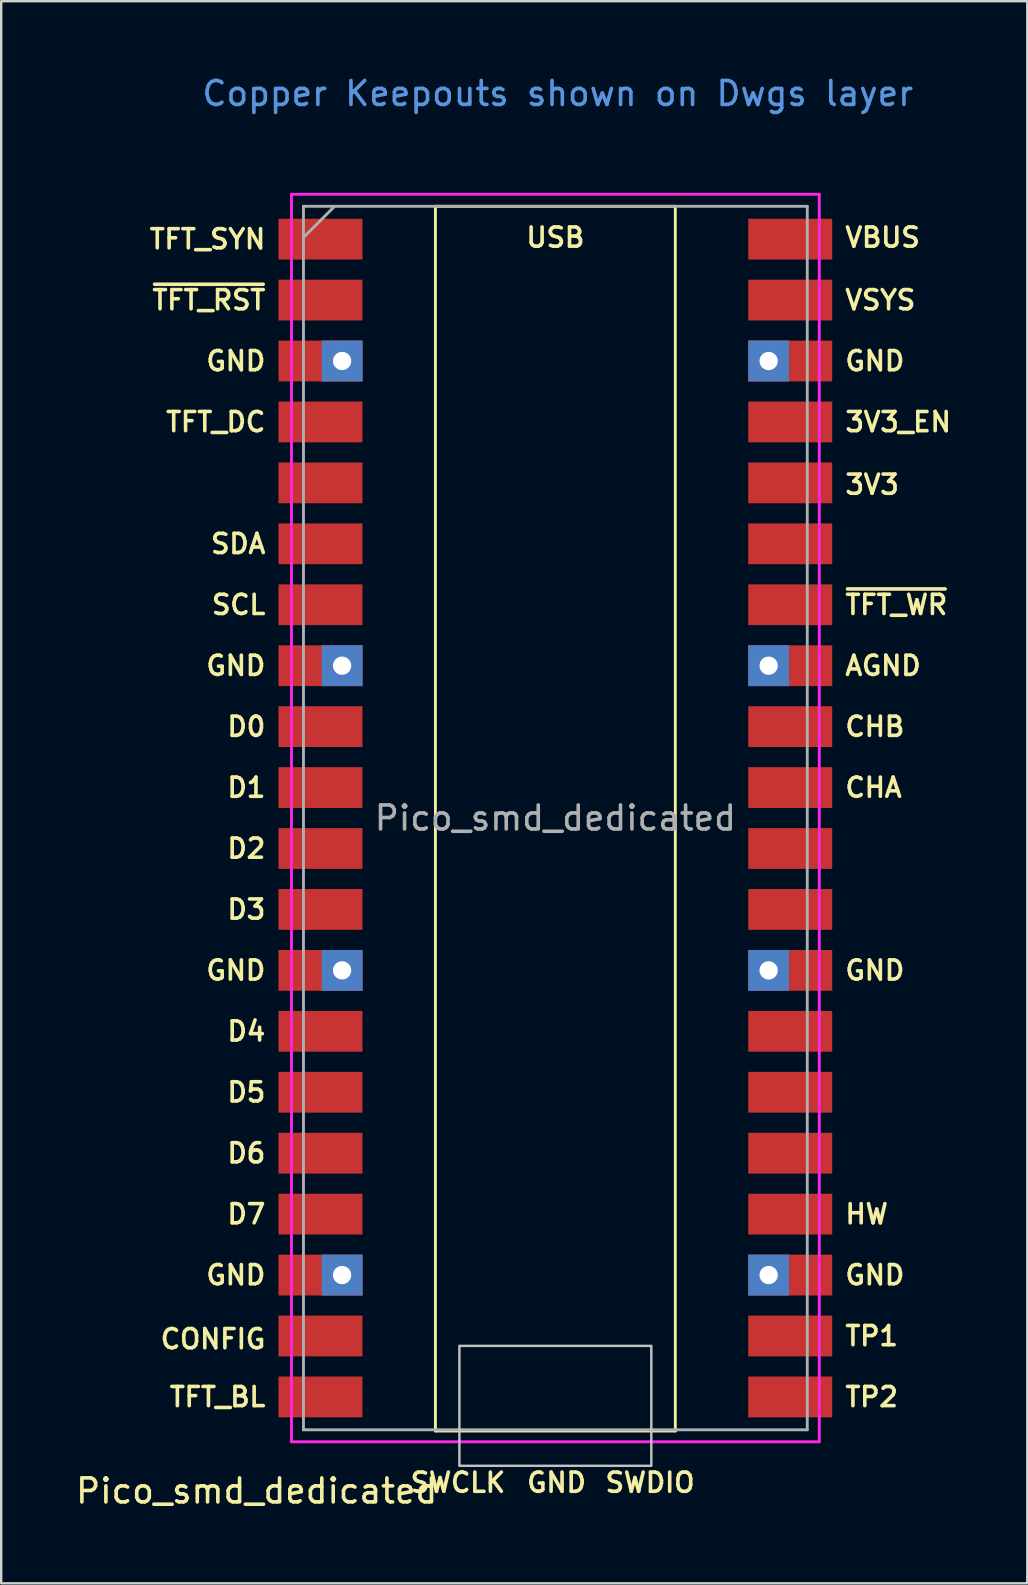
<source format=kicad_pcb>
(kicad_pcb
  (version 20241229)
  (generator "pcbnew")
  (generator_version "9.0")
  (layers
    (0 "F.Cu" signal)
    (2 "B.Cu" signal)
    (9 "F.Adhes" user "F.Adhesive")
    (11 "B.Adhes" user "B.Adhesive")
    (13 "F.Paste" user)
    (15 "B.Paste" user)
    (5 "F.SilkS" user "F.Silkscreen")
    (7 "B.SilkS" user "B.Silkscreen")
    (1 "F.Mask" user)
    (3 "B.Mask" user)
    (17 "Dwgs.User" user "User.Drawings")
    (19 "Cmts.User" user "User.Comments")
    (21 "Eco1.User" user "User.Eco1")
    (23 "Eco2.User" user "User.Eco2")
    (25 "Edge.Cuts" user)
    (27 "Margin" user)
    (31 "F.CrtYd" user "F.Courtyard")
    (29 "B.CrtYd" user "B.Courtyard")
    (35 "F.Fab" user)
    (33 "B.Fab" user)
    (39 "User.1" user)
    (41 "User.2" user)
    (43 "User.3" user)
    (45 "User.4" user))
  (footprint "Pico_smd_dedicated"
    (layer "F.Cu")
    (at 20.099 31.048)
    (property "Reference" "Pico_smd_dedicated" (at -12.45 28.05 0) (layer "F.SilkS") (effects (font (size 1 1) (thickness 0.15))))
    (attr through_hole)
    (fp_line (start -5 -25.5) (end -5 25.55) (stroke (width 0.12) (type solid)) (layer "F.SilkS"))
    (fp_line (start -5 -25.5) (end 5 -25.5) (stroke (width 0.12) (type solid)) (layer "F.SilkS"))
    (fp_line (start -5 25.55) (end 5 25.55) (stroke (width 0.12) (type solid)) (layer "F.SilkS"))
    (fp_line (start 5 25.55) (end 5 -25.5) (stroke (width 0.12) (type solid)) (layer "F.SilkS"))
    (fp_poly (pts (xy 4 27) (xy -4 27) (xy -4 22) (xy 4 22)) (stroke (width 0.1) (type solid)) (fill no) (layer "Dwgs.User"))
    (fp_line (start -11 -26) (end 11 -26) (stroke (width 0.12) (type solid)) (layer "F.CrtYd"))
    (fp_line (start -11 26) (end -11 -26) (stroke (width 0.12) (type solid)) (layer "F.CrtYd"))
    (fp_line (start 11 -26) (end 11 26) (stroke (width 0.12) (type solid)) (layer "F.CrtYd"))
    (fp_line (start 11 26) (end -11 26) (stroke (width 0.12) (type solid)) (layer "F.CrtYd"))
    (fp_line (start -10.5 -25.5) (end 10.5 -25.5) (stroke (width 0.12) (type solid)) (layer "F.Fab"))
    (fp_line (start -10.5 -24.2) (end -9.2 -25.5) (stroke (width 0.12) (type solid)) (layer "F.Fab"))
    (fp_line (start -10.5 25.5) (end -10.5 -25.5) (stroke (width 0.12) (type solid)) (layer "F.Fab"))
    (fp_line (start 10.5 -25.5) (end 10.5 25.5) (stroke (width 0.12) (type solid)) (layer "F.Fab"))
    (fp_line (start 10.5 25.5) (end -10.5 25.5) (stroke (width 0.12) (type solid)) (layer "F.Fab"))
    (fp_text user "D3" (at -12 3.81 0) (layer "F.SilkS") (effects (font (size 0.8 0.8) (thickness 0.15)) (justify right)))
    (fp_text user "GND" (at -12 -6.35 0) (layer "F.SilkS") (effects (font (size 0.8 0.8) (thickness 0.15)) (justify right)))
    (fp_text user "GND" (at -12 6.35 0) (layer "F.SilkS") (effects (font (size 0.8 0.8) (thickness 0.15)) (justify right)))
    (fp_text user "D2" (at -12 1.27 0) (layer "F.SilkS") (effects (font (size 0.8 0.8) (thickness 0.15)) (justify right)))
    (fp_text user "3V3" (at 12 -13.9 0) (layer "F.SilkS") (effects (font (size 0.8 0.8) (thickness 0.15)) (justify left)))
    (fp_text user "CHB" (at 12 -3.81 0) (layer "F.SilkS") (effects (font (size 0.8 0.8) (thickness 0.15)) (justify left)))
    (fp_text user "D6" (at -12 13.97 0) (layer "F.SilkS") (effects (font (size 0.8 0.8) (thickness 0.15)) (justify right)))
    (fp_text user "CONFIG" (at -12 21.717 0) (layer "F.SilkS") (effects (font (size 0.8 0.8) (thickness 0.15)) (justify right)))
    (fp_text user "GND" (at -12 -19.05 0) (layer "F.SilkS") (effects (font (size 0.8 0.8) (thickness 0.15)) (justify right)))
    (fp_text user "GND" (at 0.05 27.7 0) (layer "F.SilkS") (effects (font (size 0.8 0.8) (thickness 0.15))))
    (fp_text user "D5" (at -12 11.43 0) (layer "F.SilkS") (effects (font (size 0.8 0.8) (thickness 0.15)) (justify right)))
    (fp_text user "SCL" (at -12 -8.89 0) (layer "F.SilkS") (effects (font (size 0.8 0.8) (thickness 0.15)) (justify right)))
    (fp_text user "HW" (at 12 16.51 0) (layer "F.SilkS") (effects (font (size 0.8 0.8) (thickness 0.15)) (justify left)))
    (fp_text user "SDA" (at -12 -11.43 0) (layer "F.SilkS") (effects (font (size 0.8 0.8) (thickness 0.15)) (justify right)))
    (fp_text user "SWDIO" (at 2 27.7 0) (layer "F.SilkS") (effects (font (size 0.8 0.8) (thickness 0.15)) (justify left)))
    (fp_text user "D0" (at -12 -3.81 0) (layer "F.SilkS") (effects (font (size 0.8 0.8) (thickness 0.15)) (justify right)))
    (fp_text user "VSYS" (at 12 -21.59 0) (layer "F.SilkS") (effects (font (size 0.8 0.8) (thickness 0.15)) (justify left)))
    (fp_text user "D1" (at -12 -1.27 0) (layer "F.SilkS") (effects (font (size 0.8 0.8) (thickness 0.15)) (justify right)))
    (fp_text user "TFT_DC" (at -12 -16.51 0) (layer "F.SilkS") (effects (font (size 0.8 0.8) (thickness 0.15)) (justify right)))
    (fp_text user "D4" (at -12 8.89 0) (layer "F.SilkS") (effects (font (size 0.8 0.8) (thickness 0.15)) (justify right)))
    (fp_text user "GND" (at -12 19.05 0) (layer "F.SilkS") (effects (font (size 0.8 0.8) (thickness 0.15)) (justify right)))
    (fp_text user "GND" (at 12 19.05 0) (layer "F.SilkS") (effects (font (size 0.8 0.8) (thickness 0.15)) (justify left)))
    (fp_text user "TP1" (at 12 21.59 0) (layer "F.SilkS") (effects (font (size 0.8 0.8) (thickness 0.15)) (justify left)))
    (fp_text user "VBUS" (at 12 -24.2 0) (layer "F.SilkS") (effects (font (size 0.8 0.8) (thickness 0.15)) (justify left)))
    (fp_text user "TFT_SYN" (at -12 -24.13 0) (layer "F.SilkS") (effects (font (size 0.8 0.8) (thickness 0.15)) (justify right)))
    (fp_text user "TFT_BL" (at -12 24.13 0) (layer "F.SilkS") (effects (font (size 0.8 0.8) (thickness 0.15)) (justify right)))
    (fp_text user "SWCLK" (at -2 27.7 0) (layer "F.SilkS") (effects (font (size 0.8 0.8) (thickness 0.15)) (justify right)))
    (fp_text user "3V3_EN" (at 12 -16.51 0) (layer "F.SilkS") (effects (font (size 0.8 0.8) (thickness 0.15)) (justify left)))
    (fp_text user "GND" (at 12 -19.05 0) (layer "F.SilkS") (effects (font (size 0.8 0.8) (thickness 0.15)) (justify left)))
    (fp_text user "~{TFT_RST}" (at -12 -21.59 0) (layer "F.SilkS") (effects (font (size 0.8 0.8) (thickness 0.15)) (justify right)))
    (fp_text user "D7" (at -12 16.51 0) (layer "F.SilkS") (effects (font (size 0.8 0.8) (thickness 0.15)) (justify right)))
    (fp_text user "GND" (at 12 6.35 0) (layer "F.SilkS") (effects (font (size 0.8 0.8) (thickness 0.15)) (justify left)))
    (fp_text user "~{TFT_WR}" (at 12 -8.89 0) (layer "F.SilkS") (effects (font (size 0.8 0.8) (thickness 0.15)) (justify left)))
    (fp_text user "AGND" (at 12 -6.35 0) (layer "F.SilkS") (effects (font (size 0.8 0.8) (thickness 0.15)) (justify left)))
    (fp_text user "USB" (at 0 -24.2 0) (layer "F.SilkS") (effects (font (size 0.8 0.8) (thickness 0.15))))
    (fp_text user "TP2" (at 12 24.13 0) (layer "F.SilkS") (effects (font (size 0.8 0.8) (thickness 0.15)) (justify left)))
    (fp_text user "CHA" (at 12 -1.27 0) (layer "F.SilkS") (effects (font (size 0.8 0.8) (thickness 0.15)) (justify left)))
    (fp_text user "Copper Keepouts shown on Dwgs layer" (at 0.1 -30.2 0) (layer "Cmts.User") (effects (font (size 1 1) (thickness 0.15))))
    (fp_text user "${REFERENCE}" (at 0 0 180) (layer "F.Fab") (effects (font (size 1 1) (thickness 0.15))))
    (pad "1" smd rect (at -8.89 -24.13) (size 3.5 1.7) (drill (offset -0.9 0)) (layers "F.Cu" "F.Mask" "F.Paste"))
    (pad "2" smd rect (at -8.89 -21.59) (size 3.5 1.7) (drill (offset -0.9 0)) (layers "F.Cu" "F.Mask" "F.Paste"))
    (pad "3" thru_hole rect (at -8.89 -19.05) (size 1.7 1.7) (drill 0.762) (layers "*.Cu" "F.Mask"))
    (pad "3" smd rect (at -8.89 -19.05) (size 3.5 1.7) (drill (offset -0.9 0)) (layers "F.Cu" "F.Mask" "F.Paste"))
    (pad "4" smd rect (at -8.89 -16.51) (size 3.5 1.7) (drill (offset -0.9 0)) (layers "F.Cu" "F.Mask" "F.Paste"))
    (pad "5" smd rect (at -8.89 -13.97) (size 3.5 1.7) (drill (offset -0.9 0)) (layers "F.Cu" "F.Mask" "F.Paste"))
    (pad "6" smd rect (at -8.89 -11.43) (size 3.5 1.7) (drill (offset -0.9 0)) (layers "F.Cu" "F.Mask" "F.Paste"))
    (pad "7" smd rect (at -8.89 -8.89) (size 3.5 1.7) (drill (offset -0.9 0)) (layers "F.Cu" "F.Mask" "F.Paste"))
    (pad "8" thru_hole rect (at -8.89 -6.35) (size 1.7 1.7) (drill 0.762) (layers "*.Cu" "F.Mask"))
    (pad "8" smd rect (at -8.89 -6.35) (size 3.5 1.7) (drill (offset -0.9 0)) (layers "F.Cu" "F.Mask" "F.Paste"))
    (pad "9" smd rect (at -8.89 -3.81) (size 3.5 1.7) (drill (offset -0.9 0)) (layers "F.Cu" "F.Mask" "F.Paste"))
    (pad "10" smd rect (at -8.89 -1.27) (size 3.5 1.7) (drill (offset -0.9 0)) (layers "F.Cu" "F.Mask" "F.Paste"))
    (pad "11" smd rect (at -8.89 1.27) (size 3.5 1.7) (drill (offset -0.9 0)) (layers "F.Cu" "F.Mask" "F.Paste"))
    (pad "12" smd rect (at -8.89 3.81) (size 3.5 1.7) (drill (offset -0.9 0)) (layers "F.Cu" "F.Mask" "F.Paste"))
    (pad "13" thru_hole rect (at -8.89 6.35) (size 1.7 1.7) (drill 0.762) (layers "*.Cu" "F.Mask"))
    (pad "13" smd rect (at -8.89 6.35) (size 3.5 1.7) (drill (offset -0.9 0)) (layers "F.Cu" "F.Mask" "F.Paste"))
    (pad "14" smd rect (at -8.89 8.89) (size 3.5 1.7) (drill (offset -0.9 0)) (layers "F.Cu" "F.Mask" "F.Paste"))
    (pad "15" smd rect (at -8.89 11.43) (size 3.5 1.7) (drill (offset -0.9 0)) (layers "F.Cu" "F.Mask" "F.Paste"))
    (pad "16" smd rect (at -8.89 13.97) (size 3.5 1.7) (drill (offset -0.9 0)) (layers "F.Cu" "F.Mask" "F.Paste"))
    (pad "17" smd rect (at -8.89 16.51) (size 3.5 1.7) (drill (offset -0.9 0)) (layers "F.Cu" "F.Mask" "F.Paste"))
    (pad "18" thru_hole rect (at -8.89 19.05) (size 1.7 1.7) (drill 0.762) (layers "*.Cu" "F.Mask"))
    (pad "18" smd rect (at -8.89 19.05) (size 3.5 1.7) (drill (offset -0.9 0)) (layers "F.Cu" "F.Mask" "F.Paste"))
    (pad "19" smd rect (at -8.89 21.59) (size 3.5 1.7) (drill (offset -0.9 0)) (layers "F.Cu" "F.Mask" "F.Paste"))
    (pad "20" smd rect (at -8.89 24.13) (size 3.5 1.7) (drill (offset -0.9 0)) (layers "F.Cu" "F.Mask" "F.Paste"))
    (pad "21" smd rect (at 8.89 24.13) (size 3.5 1.7) (drill (offset 0.9 0)) (layers "F.Cu" "F.Mask" "F.Paste"))
    (pad "22" smd rect (at 8.89 21.59) (size 3.5 1.7) (drill (offset 0.9 0)) (layers "F.Cu" "F.Mask" "F.Paste"))
    (pad "23" thru_hole rect (at 8.89 19.05) (size 1.7 1.7) (drill 0.762) (layers "*.Cu" "F.Mask"))
    (pad "23" smd rect (at 8.89 19.05) (size 3.5 1.7) (drill (offset 0.9 0)) (layers "F.Cu" "F.Mask" "F.Paste"))
    (pad "24" smd rect (at 8.89 16.51) (size 3.5 1.7) (drill (offset 0.9 0)) (layers "F.Cu" "F.Mask" "F.Paste"))
    (pad "25" smd rect (at 8.89 13.97) (size 3.5 1.7) (drill (offset 0.9 0)) (layers "F.Cu" "F.Mask" "F.Paste"))
    (pad "26" smd rect (at 8.89 11.43) (size 3.5 1.7) (drill (offset 0.9 0)) (layers "F.Cu" "F.Mask" "F.Paste"))
    (pad "27" smd rect (at 8.89 8.89) (size 3.5 1.7) (drill (offset 0.9 0)) (layers "F.Cu" "F.Mask" "F.Paste"))
    (pad "28" thru_hole rect (at 8.89 6.35) (size 1.7 1.7) (drill 0.762) (layers "*.Cu" "F.Mask"))
    (pad "28" smd rect (at 8.89 6.35) (size 3.5 1.7) (drill (offset 0.9 0)) (layers "F.Cu" "F.Mask" "F.Paste"))
    (pad "29" smd rect (at 8.89 3.81) (size 3.5 1.7) (drill (offset 0.9 0)) (layers "F.Cu" "F.Mask" "F.Paste"))
    (pad "30" smd rect (at 8.89 1.27) (size 3.5 1.7) (drill (offset 0.9 0)) (layers "F.Cu" "F.Mask" "F.Paste"))
    (pad "31" smd rect (at 8.89 -1.27) (size 3.5 1.7) (drill (offset 0.9 0)) (layers "F.Cu" "F.Mask" "F.Paste"))
    (pad "32" smd rect (at 8.89 -3.81) (size 3.5 1.7) (drill (offset 0.9 0)) (layers "F.Cu" "F.Mask" "F.Paste"))
    (pad "33" thru_hole rect (at 8.89 -6.35) (size 1.7 1.7) (drill 0.762) (layers "*.Cu" "F.Mask"))
    (pad "33" smd rect (at 8.89 -6.35) (size 3.5 1.7) (drill (offset 0.9 0)) (layers "F.Cu" "F.Mask" "F.Paste"))
    (pad "34" smd rect (at 8.89 -8.89) (size 3.5 1.7) (drill (offset 0.9 0)) (layers "F.Cu" "F.Mask" "F.Paste"))
    (pad "35" smd rect (at 8.89 -11.43) (size 3.5 1.7) (drill (offset 0.9 0)) (layers "F.Cu" "F.Mask" "F.Paste"))
    (pad "36" smd rect (at 8.89 -13.97) (size 3.5 1.7) (drill (offset 0.9 0)) (layers "F.Cu" "F.Mask" "F.Paste"))
    (pad "37" smd rect (at 8.89 -16.51) (size 3.5 1.7) (drill (offset 0.9 0)) (layers "F.Cu" "F.Mask" "F.Paste"))
    (pad "38" thru_hole rect (at 8.89 -19.05) (size 1.7 1.7) (drill 0.762) (layers "*.Cu" "F.Mask"))
    (pad "38" smd rect (at 8.89 -19.05) (size 3.5 1.7) (drill (offset 0.9 0)) (layers "F.Cu" "F.Mask" "F.Paste"))
    (pad "39" smd rect (at 8.89 -21.59) (size 3.5 1.7) (drill (offset 0.9 0)) (layers "F.Cu" "F.Mask" "F.Paste"))
    (pad "40" smd rect (at 8.89 -24.13) (size 3.5 1.7) (drill (offset 0.9 0)) (layers "F.Cu" "F.Mask" "F.Paste")))
  (gr_rect
    (start -3 -3)
    (end 39.77 62.947)
    (stroke (width 0.1) (type default))
    (fill no)
    (layer "Edge.Cuts")))
</source>
